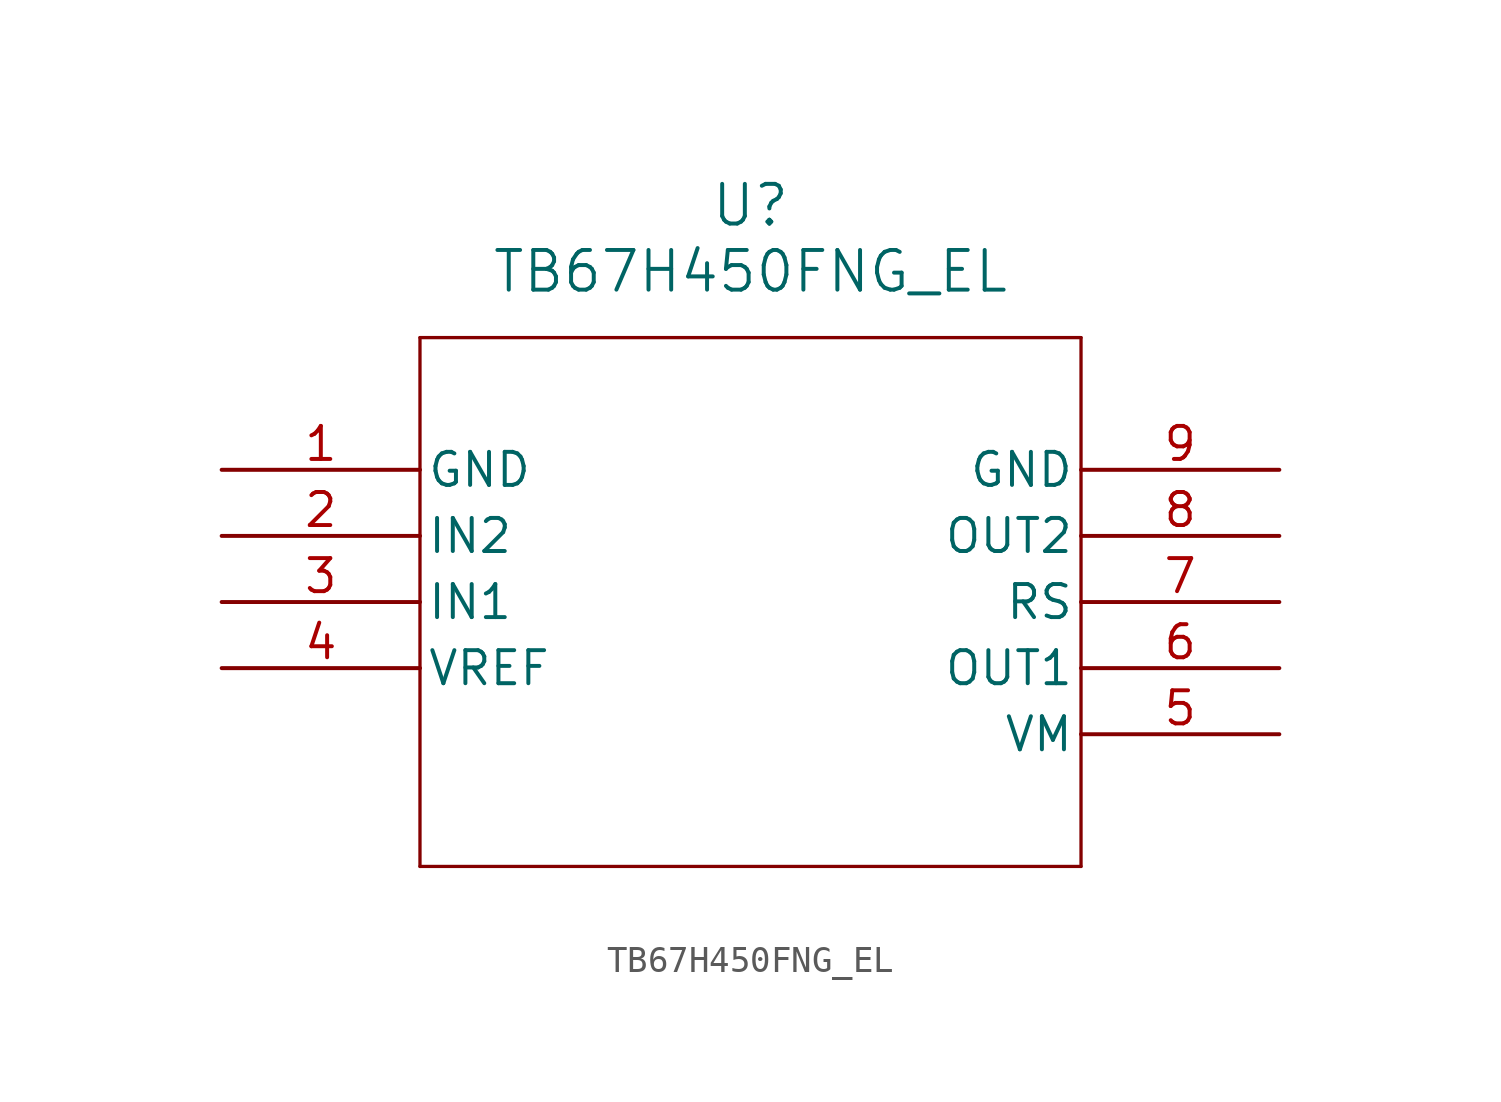
<source format=kicad_sym>
(kicad_symbol_lib
  (version 20211014)
  (generator kicad_symbol_editor)
  (symbol "TB67H450FNG_EL"
    (pin_names
      (offset 0.254))
    (property "Reference" "U"
      (at 20.32 10.16 0)
      (effects (font (size 1.524 1.524))))
    (property "Value" "TB67H450FNG_EL"
      (at 20.32 7.62 0)
      (effects (font (size 1.524 1.524))))
    (symbol "TB67H450FNG_EL_0_1"
      (polyline (pts (xy 7.62 5.08) (xy 7.62 -15.24)) (stroke (width 0.127) (type default) (color 0 0 0 0)) (fill (type none)))
      (polyline (pts (xy 7.62 -15.24) (xy 33.02 -15.24)) (stroke (width 0.127) (type default) (color 0 0 0 0)) (fill (type none)))
      (polyline (pts (xy 33.02 -15.24) (xy 33.02 5.08)) (stroke (width 0.127) (type default) (color 0 0 0 0)) (fill (type none)))
      (polyline (pts (xy 33.02 5.08) (xy 7.62 5.08)) (stroke (width 0.127) (type default) (color 0 0 0 0)) (fill (type none)))
      (pin power_out line (at 0 0 0) (length 7.62) (name "GND" (effects (font (size 1.27 1.27)))) (number "1" (effects (font (size 1.27 1.27)))))
      (pin input line (at 0 -2.54 0) (length 7.62) (name "IN2" (effects (font (size 1.27 1.27)))) (number "2" (effects (font (size 1.27 1.27)))))
      (pin input line (at 0 -5.08 0) (length 7.62) (name "IN1" (effects (font (size 1.27 1.27)))) (number "3" (effects (font (size 1.27 1.27)))))
      (pin power_in line (at 0 -7.62 0) (length 7.62) (name "VREF" (effects (font (size 1.27 1.27)))) (number "4" (effects (font (size 1.27 1.27)))))
      (pin unspecified line (at 40.64 -10.16 180) (length 7.62) (name "VM" (effects (font (size 1.27 1.27)))) (number "5" (effects (font (size 1.27 1.27)))))
      (pin output line (at 40.64 -7.62 180) (length 7.62) (name "OUT1" (effects (font (size 1.27 1.27)))) (number "6" (effects (font (size 1.27 1.27)))))
      (pin unspecified line (at 40.64 -5.08 180) (length 7.62) (name "RS" (effects (font (size 1.27 1.27)))) (number "7" (effects (font (size 1.27 1.27)))))
      (pin output line (at 40.64 -2.54 180) (length 7.62) (name "OUT2" (effects (font (size 1.27 1.27)))) (number "8" (effects (font (size 1.27 1.27)))))
      (pin power_out line (at 40.64 0 180) (length 7.62) (name "GND" (effects (font (size 1.27 1.27)))) (number "9" (effects (font (size 1.27 1.27))))))))
</source>
